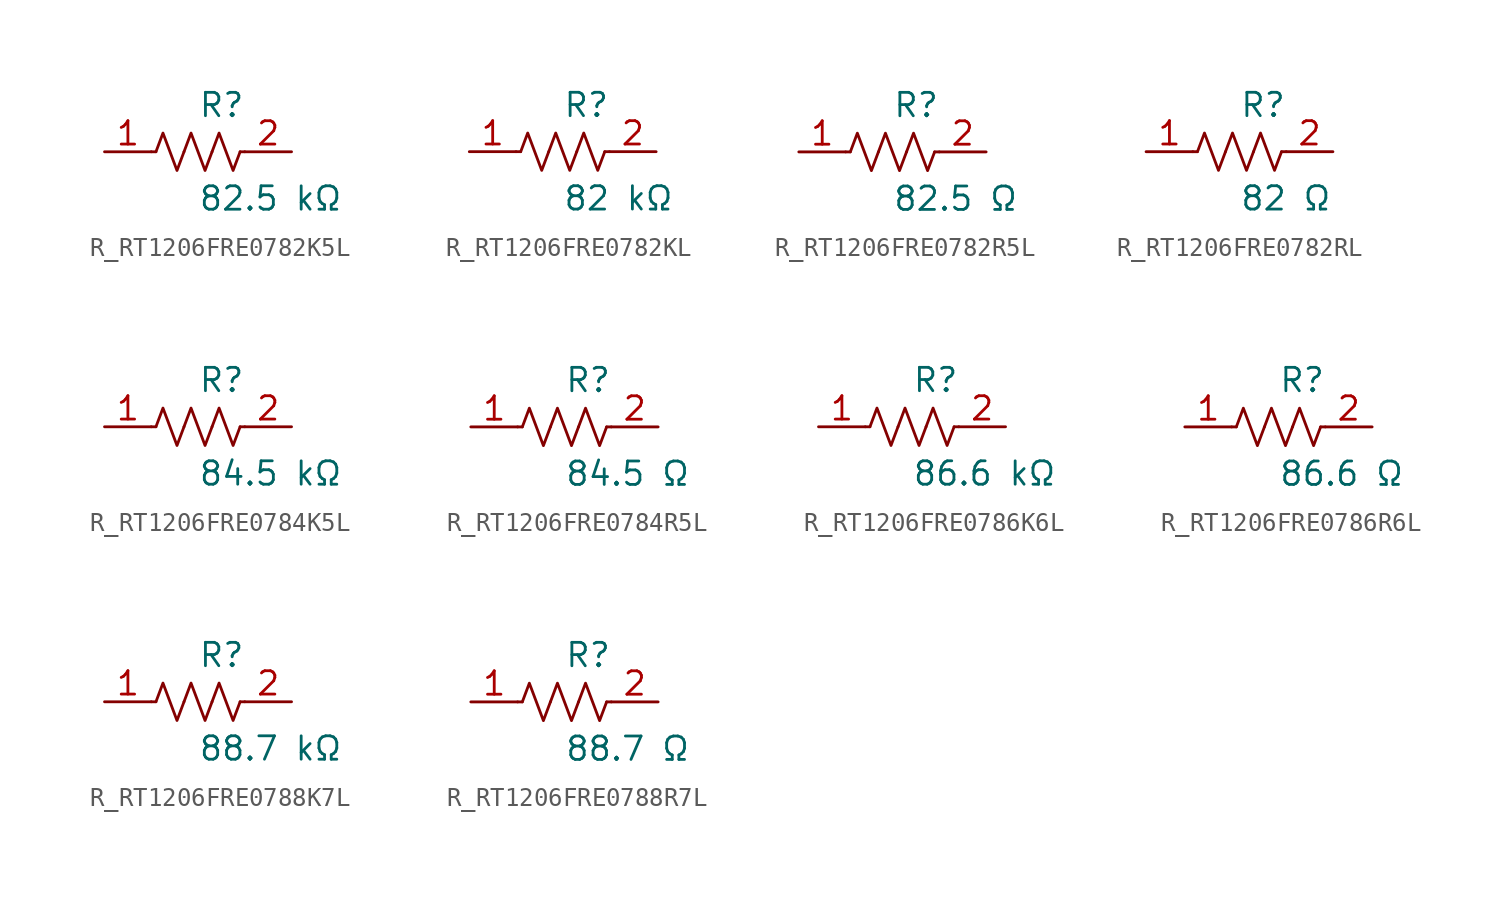
<source format=kicad_sym>
(kicad_symbol_lib
  (version 20231120)
  (generator kicad_symbol_editor)
  (generator_version 8.0)
  (symbol "R_RT1206FRE0782K5L"
    (pin_names
      (offset 0.254))
    (property "Reference" "R"
      (at 0 2.54 0)
      (effects (font (size 1.27 1.27)) (justify left)))
    (property "Value" "82.5 kΩ"
      (at 0 -2.54 0)
      (effects (font (size 1.27 1.27)) (justify left)))
    (symbol "R_RT1206FRE0782K5L_0_1"
      (polyline (pts (xy 2.286 0) (xy 2.54 0)) (stroke (width 0) (type default)) (fill (type none)))
      (polyline (pts (xy -2.286 0) (xy -2.54 0)) (stroke (width 0) (type default)) (fill (type none)))
      (polyline (pts (xy 0.762 0) (xy 1.143 1.016) (xy 1.524 0) (xy 1.905 -1.016) (xy 2.286 0)) (stroke (width 0) (type default)) (fill (type none)))
      (polyline (pts (xy -0.762 0) (xy -0.381 1.016) (xy 0 0) (xy 0.381 -1.016) (xy 0.762 0)) (stroke (width 0) (type default)) (fill (type none)))
      (polyline (pts (xy -2.286 0) (xy -1.905 1.016) (xy -1.524 0) (xy -1.143 -1.016) (xy -0.762 0)) (stroke (width 0) (type default)) (fill (type none))))
    (pin unspecified line
      (at -5.08 0 0)
      (length 2.54)
      (name "" (effects (font (size 1.27 1.27))))
      (number "1" (effects (font (size 1.27 1.27)))))
    (pin unspecified line
      (at 5.08 0 180)
      (length 2.54)
      (name "" (effects (font (size 1.27 1.27))))
      (number "2" (effects (font (size 1.27 1.27))))))
  (symbol "R_RT1206FRE0782KL"
    (pin_names
      (offset 0.254))
    (property "Reference" "R"
      (at 0 2.54 0)
      (effects (font (size 1.27 1.27)) (justify left)))
    (property "Value" "82 kΩ"
      (at 0 -2.54 0)
      (effects (font (size 1.27 1.27)) (justify left)))
    (symbol "R_RT1206FRE0782KL_0_1"
      (polyline (pts (xy 2.286 0) (xy 2.54 0)) (stroke (width 0) (type default)) (fill (type none)))
      (polyline (pts (xy -2.286 0) (xy -2.54 0)) (stroke (width 0) (type default)) (fill (type none)))
      (polyline (pts (xy 0.762 0) (xy 1.143 1.016) (xy 1.524 0) (xy 1.905 -1.016) (xy 2.286 0)) (stroke (width 0) (type default)) (fill (type none)))
      (polyline (pts (xy -0.762 0) (xy -0.381 1.016) (xy 0 0) (xy 0.381 -1.016) (xy 0.762 0)) (stroke (width 0) (type default)) (fill (type none)))
      (polyline (pts (xy -2.286 0) (xy -1.905 1.016) (xy -1.524 0) (xy -1.143 -1.016) (xy -0.762 0)) (stroke (width 0) (type default)) (fill (type none))))
    (pin unspecified line
      (at -5.08 0 0)
      (length 2.54)
      (name "" (effects (font (size 1.27 1.27))))
      (number "1" (effects (font (size 1.27 1.27)))))
    (pin unspecified line
      (at 5.08 0 180)
      (length 2.54)
      (name "" (effects (font (size 1.27 1.27))))
      (number "2" (effects (font (size 1.27 1.27))))))
  (symbol "R_RT1206FRE0782R5L"
    (pin_names
      (offset 0.254))
    (property "Reference" "R"
      (at 0 2.54 0)
      (effects (font (size 1.27 1.27)) (justify left)))
    (property "Value" "82.5 Ω"
      (at 0 -2.54 0)
      (effects (font (size 1.27 1.27)) (justify left)))
    (symbol "R_RT1206FRE0782R5L_0_1"
      (polyline (pts (xy 2.286 0) (xy 2.54 0)) (stroke (width 0) (type default)) (fill (type none)))
      (polyline (pts (xy -2.286 0) (xy -2.54 0)) (stroke (width 0) (type default)) (fill (type none)))
      (polyline (pts (xy 0.762 0) (xy 1.143 1.016) (xy 1.524 0) (xy 1.905 -1.016) (xy 2.286 0)) (stroke (width 0) (type default)) (fill (type none)))
      (polyline (pts (xy -0.762 0) (xy -0.381 1.016) (xy 0 0) (xy 0.381 -1.016) (xy 0.762 0)) (stroke (width 0) (type default)) (fill (type none)))
      (polyline (pts (xy -2.286 0) (xy -1.905 1.016) (xy -1.524 0) (xy -1.143 -1.016) (xy -0.762 0)) (stroke (width 0) (type default)) (fill (type none))))
    (pin unspecified line
      (at -5.08 0 0)
      (length 2.54)
      (name "" (effects (font (size 1.27 1.27))))
      (number "1" (effects (font (size 1.27 1.27)))))
    (pin unspecified line
      (at 5.08 0 180)
      (length 2.54)
      (name "" (effects (font (size 1.27 1.27))))
      (number "2" (effects (font (size 1.27 1.27))))))
  (symbol "R_RT1206FRE0782RL"
    (pin_names
      (offset 0.254))
    (property "Reference" "R"
      (at 0 2.54 0)
      (effects (font (size 1.27 1.27)) (justify left)))
    (property "Value" "82 Ω"
      (at 0 -2.54 0)
      (effects (font (size 1.27 1.27)) (justify left)))
    (symbol "R_RT1206FRE0782RL_0_1"
      (polyline (pts (xy 2.286 0) (xy 2.54 0)) (stroke (width 0) (type default)) (fill (type none)))
      (polyline (pts (xy -2.286 0) (xy -2.54 0)) (stroke (width 0) (type default)) (fill (type none)))
      (polyline (pts (xy 0.762 0) (xy 1.143 1.016) (xy 1.524 0) (xy 1.905 -1.016) (xy 2.286 0)) (stroke (width 0) (type default)) (fill (type none)))
      (polyline (pts (xy -0.762 0) (xy -0.381 1.016) (xy 0 0) (xy 0.381 -1.016) (xy 0.762 0)) (stroke (width 0) (type default)) (fill (type none)))
      (polyline (pts (xy -2.286 0) (xy -1.905 1.016) (xy -1.524 0) (xy -1.143 -1.016) (xy -0.762 0)) (stroke (width 0) (type default)) (fill (type none))))
    (pin unspecified line
      (at -5.08 0 0)
      (length 2.54)
      (name "" (effects (font (size 1.27 1.27))))
      (number "1" (effects (font (size 1.27 1.27)))))
    (pin unspecified line
      (at 5.08 0 180)
      (length 2.54)
      (name "" (effects (font (size 1.27 1.27))))
      (number "2" (effects (font (size 1.27 1.27))))))
  (symbol "R_RT1206FRE0784K5L"
    (pin_names
      (offset 0.254))
    (property "Reference" "R"
      (at 0 2.54 0)
      (effects (font (size 1.27 1.27)) (justify left)))
    (property "Value" "84.5 kΩ"
      (at 0 -2.54 0)
      (effects (font (size 1.27 1.27)) (justify left)))
    (symbol "R_RT1206FRE0784K5L_0_1"
      (polyline (pts (xy 2.286 0) (xy 2.54 0)) (stroke (width 0) (type default)) (fill (type none)))
      (polyline (pts (xy -2.286 0) (xy -2.54 0)) (stroke (width 0) (type default)) (fill (type none)))
      (polyline (pts (xy 0.762 0) (xy 1.143 1.016) (xy 1.524 0) (xy 1.905 -1.016) (xy 2.286 0)) (stroke (width 0) (type default)) (fill (type none)))
      (polyline (pts (xy -0.762 0) (xy -0.381 1.016) (xy 0 0) (xy 0.381 -1.016) (xy 0.762 0)) (stroke (width 0) (type default)) (fill (type none)))
      (polyline (pts (xy -2.286 0) (xy -1.905 1.016) (xy -1.524 0) (xy -1.143 -1.016) (xy -0.762 0)) (stroke (width 0) (type default)) (fill (type none))))
    (pin unspecified line
      (at -5.08 0 0)
      (length 2.54)
      (name "" (effects (font (size 1.27 1.27))))
      (number "1" (effects (font (size 1.27 1.27)))))
    (pin unspecified line
      (at 5.08 0 180)
      (length 2.54)
      (name "" (effects (font (size 1.27 1.27))))
      (number "2" (effects (font (size 1.27 1.27))))))
  (symbol "R_RT1206FRE0784R5L"
    (pin_names
      (offset 0.254))
    (property "Reference" "R"
      (at 0 2.54 0)
      (effects (font (size 1.27 1.27)) (justify left)))
    (property "Value" "84.5 Ω"
      (at 0 -2.54 0)
      (effects (font (size 1.27 1.27)) (justify left)))
    (symbol "R_RT1206FRE0784R5L_0_1"
      (polyline (pts (xy 2.286 0) (xy 2.54 0)) (stroke (width 0) (type default)) (fill (type none)))
      (polyline (pts (xy -2.286 0) (xy -2.54 0)) (stroke (width 0) (type default)) (fill (type none)))
      (polyline (pts (xy 0.762 0) (xy 1.143 1.016) (xy 1.524 0) (xy 1.905 -1.016) (xy 2.286 0)) (stroke (width 0) (type default)) (fill (type none)))
      (polyline (pts (xy -0.762 0) (xy -0.381 1.016) (xy 0 0) (xy 0.381 -1.016) (xy 0.762 0)) (stroke (width 0) (type default)) (fill (type none)))
      (polyline (pts (xy -2.286 0) (xy -1.905 1.016) (xy -1.524 0) (xy -1.143 -1.016) (xy -0.762 0)) (stroke (width 0) (type default)) (fill (type none))))
    (pin unspecified line
      (at -5.08 0 0)
      (length 2.54)
      (name "" (effects (font (size 1.27 1.27))))
      (number "1" (effects (font (size 1.27 1.27)))))
    (pin unspecified line
      (at 5.08 0 180)
      (length 2.54)
      (name "" (effects (font (size 1.27 1.27))))
      (number "2" (effects (font (size 1.27 1.27))))))
  (symbol "R_RT1206FRE0786K6L"
    (pin_names
      (offset 0.254))
    (property "Reference" "R"
      (at 0 2.54 0)
      (effects (font (size 1.27 1.27)) (justify left)))
    (property "Value" "86.6 kΩ"
      (at 0 -2.54 0)
      (effects (font (size 1.27 1.27)) (justify left)))
    (symbol "R_RT1206FRE0786K6L_0_1"
      (polyline (pts (xy 2.286 0) (xy 2.54 0)) (stroke (width 0) (type default)) (fill (type none)))
      (polyline (pts (xy -2.286 0) (xy -2.54 0)) (stroke (width 0) (type default)) (fill (type none)))
      (polyline (pts (xy 0.762 0) (xy 1.143 1.016) (xy 1.524 0) (xy 1.905 -1.016) (xy 2.286 0)) (stroke (width 0) (type default)) (fill (type none)))
      (polyline (pts (xy -0.762 0) (xy -0.381 1.016) (xy 0 0) (xy 0.381 -1.016) (xy 0.762 0)) (stroke (width 0) (type default)) (fill (type none)))
      (polyline (pts (xy -2.286 0) (xy -1.905 1.016) (xy -1.524 0) (xy -1.143 -1.016) (xy -0.762 0)) (stroke (width 0) (type default)) (fill (type none))))
    (pin unspecified line
      (at -5.08 0 0)
      (length 2.54)
      (name "" (effects (font (size 1.27 1.27))))
      (number "1" (effects (font (size 1.27 1.27)))))
    (pin unspecified line
      (at 5.08 0 180)
      (length 2.54)
      (name "" (effects (font (size 1.27 1.27))))
      (number "2" (effects (font (size 1.27 1.27))))))
  (symbol "R_RT1206FRE0786R6L"
    (pin_names
      (offset 0.254))
    (property "Reference" "R"
      (at 0 2.54 0)
      (effects (font (size 1.27 1.27)) (justify left)))
    (property "Value" "86.6 Ω"
      (at 0 -2.54 0)
      (effects (font (size 1.27 1.27)) (justify left)))
    (symbol "R_RT1206FRE0786R6L_0_1"
      (polyline (pts (xy 2.286 0) (xy 2.54 0)) (stroke (width 0) (type default)) (fill (type none)))
      (polyline (pts (xy -2.286 0) (xy -2.54 0)) (stroke (width 0) (type default)) (fill (type none)))
      (polyline (pts (xy 0.762 0) (xy 1.143 1.016) (xy 1.524 0) (xy 1.905 -1.016) (xy 2.286 0)) (stroke (width 0) (type default)) (fill (type none)))
      (polyline (pts (xy -0.762 0) (xy -0.381 1.016) (xy 0 0) (xy 0.381 -1.016) (xy 0.762 0)) (stroke (width 0) (type default)) (fill (type none)))
      (polyline (pts (xy -2.286 0) (xy -1.905 1.016) (xy -1.524 0) (xy -1.143 -1.016) (xy -0.762 0)) (stroke (width 0) (type default)) (fill (type none))))
    (pin unspecified line
      (at -5.08 0 0)
      (length 2.54)
      (name "" (effects (font (size 1.27 1.27))))
      (number "1" (effects (font (size 1.27 1.27)))))
    (pin unspecified line
      (at 5.08 0 180)
      (length 2.54)
      (name "" (effects (font (size 1.27 1.27))))
      (number "2" (effects (font (size 1.27 1.27))))))
  (symbol "R_RT1206FRE0788K7L"
    (pin_names
      (offset 0.254))
    (property "Reference" "R"
      (at 0 2.54 0)
      (effects (font (size 1.27 1.27)) (justify left)))
    (property "Value" "88.7 kΩ"
      (at 0 -2.54 0)
      (effects (font (size 1.27 1.27)) (justify left)))
    (symbol "R_RT1206FRE0788K7L_0_1"
      (polyline (pts (xy 2.286 0) (xy 2.54 0)) (stroke (width 0) (type default)) (fill (type none)))
      (polyline (pts (xy -2.286 0) (xy -2.54 0)) (stroke (width 0) (type default)) (fill (type none)))
      (polyline (pts (xy 0.762 0) (xy 1.143 1.016) (xy 1.524 0) (xy 1.905 -1.016) (xy 2.286 0)) (stroke (width 0) (type default)) (fill (type none)))
      (polyline (pts (xy -0.762 0) (xy -0.381 1.016) (xy 0 0) (xy 0.381 -1.016) (xy 0.762 0)) (stroke (width 0) (type default)) (fill (type none)))
      (polyline (pts (xy -2.286 0) (xy -1.905 1.016) (xy -1.524 0) (xy -1.143 -1.016) (xy -0.762 0)) (stroke (width 0) (type default)) (fill (type none))))
    (pin unspecified line
      (at -5.08 0 0)
      (length 2.54)
      (name "" (effects (font (size 1.27 1.27))))
      (number "1" (effects (font (size 1.27 1.27)))))
    (pin unspecified line
      (at 5.08 0 180)
      (length 2.54)
      (name "" (effects (font (size 1.27 1.27))))
      (number "2" (effects (font (size 1.27 1.27))))))
  (symbol "R_RT1206FRE0788R7L"
    (pin_names
      (offset 0.254))
    (property "Reference" "R"
      (at 0 2.54 0)
      (effects (font (size 1.27 1.27)) (justify left)))
    (property "Value" "88.7 Ω"
      (at 0 -2.54 0)
      (effects (font (size 1.27 1.27)) (justify left)))
    (symbol "R_RT1206FRE0788R7L_0_1"
      (polyline (pts (xy 2.286 0) (xy 2.54 0)) (stroke (width 0) (type default)) (fill (type none)))
      (polyline (pts (xy -2.286 0) (xy -2.54 0)) (stroke (width 0) (type default)) (fill (type none)))
      (polyline (pts (xy 0.762 0) (xy 1.143 1.016) (xy 1.524 0) (xy 1.905 -1.016) (xy 2.286 0)) (stroke (width 0) (type default)) (fill (type none)))
      (polyline (pts (xy -0.762 0) (xy -0.381 1.016) (xy 0 0) (xy 0.381 -1.016) (xy 0.762 0)) (stroke (width 0) (type default)) (fill (type none)))
      (polyline (pts (xy -2.286 0) (xy -1.905 1.016) (xy -1.524 0) (xy -1.143 -1.016) (xy -0.762 0)) (stroke (width 0) (type default)) (fill (type none))))
    (pin unspecified line
      (at -5.08 0 0)
      (length 2.54)
      (name "" (effects (font (size 1.27 1.27))))
      (number "1" (effects (font (size 1.27 1.27)))))
    (pin unspecified line
      (at 5.08 0 180)
      (length 2.54)
      (name "" (effects (font (size 1.27 1.27))))
      (number "2" (effects (font (size 1.27 1.27)))))))
</source>
